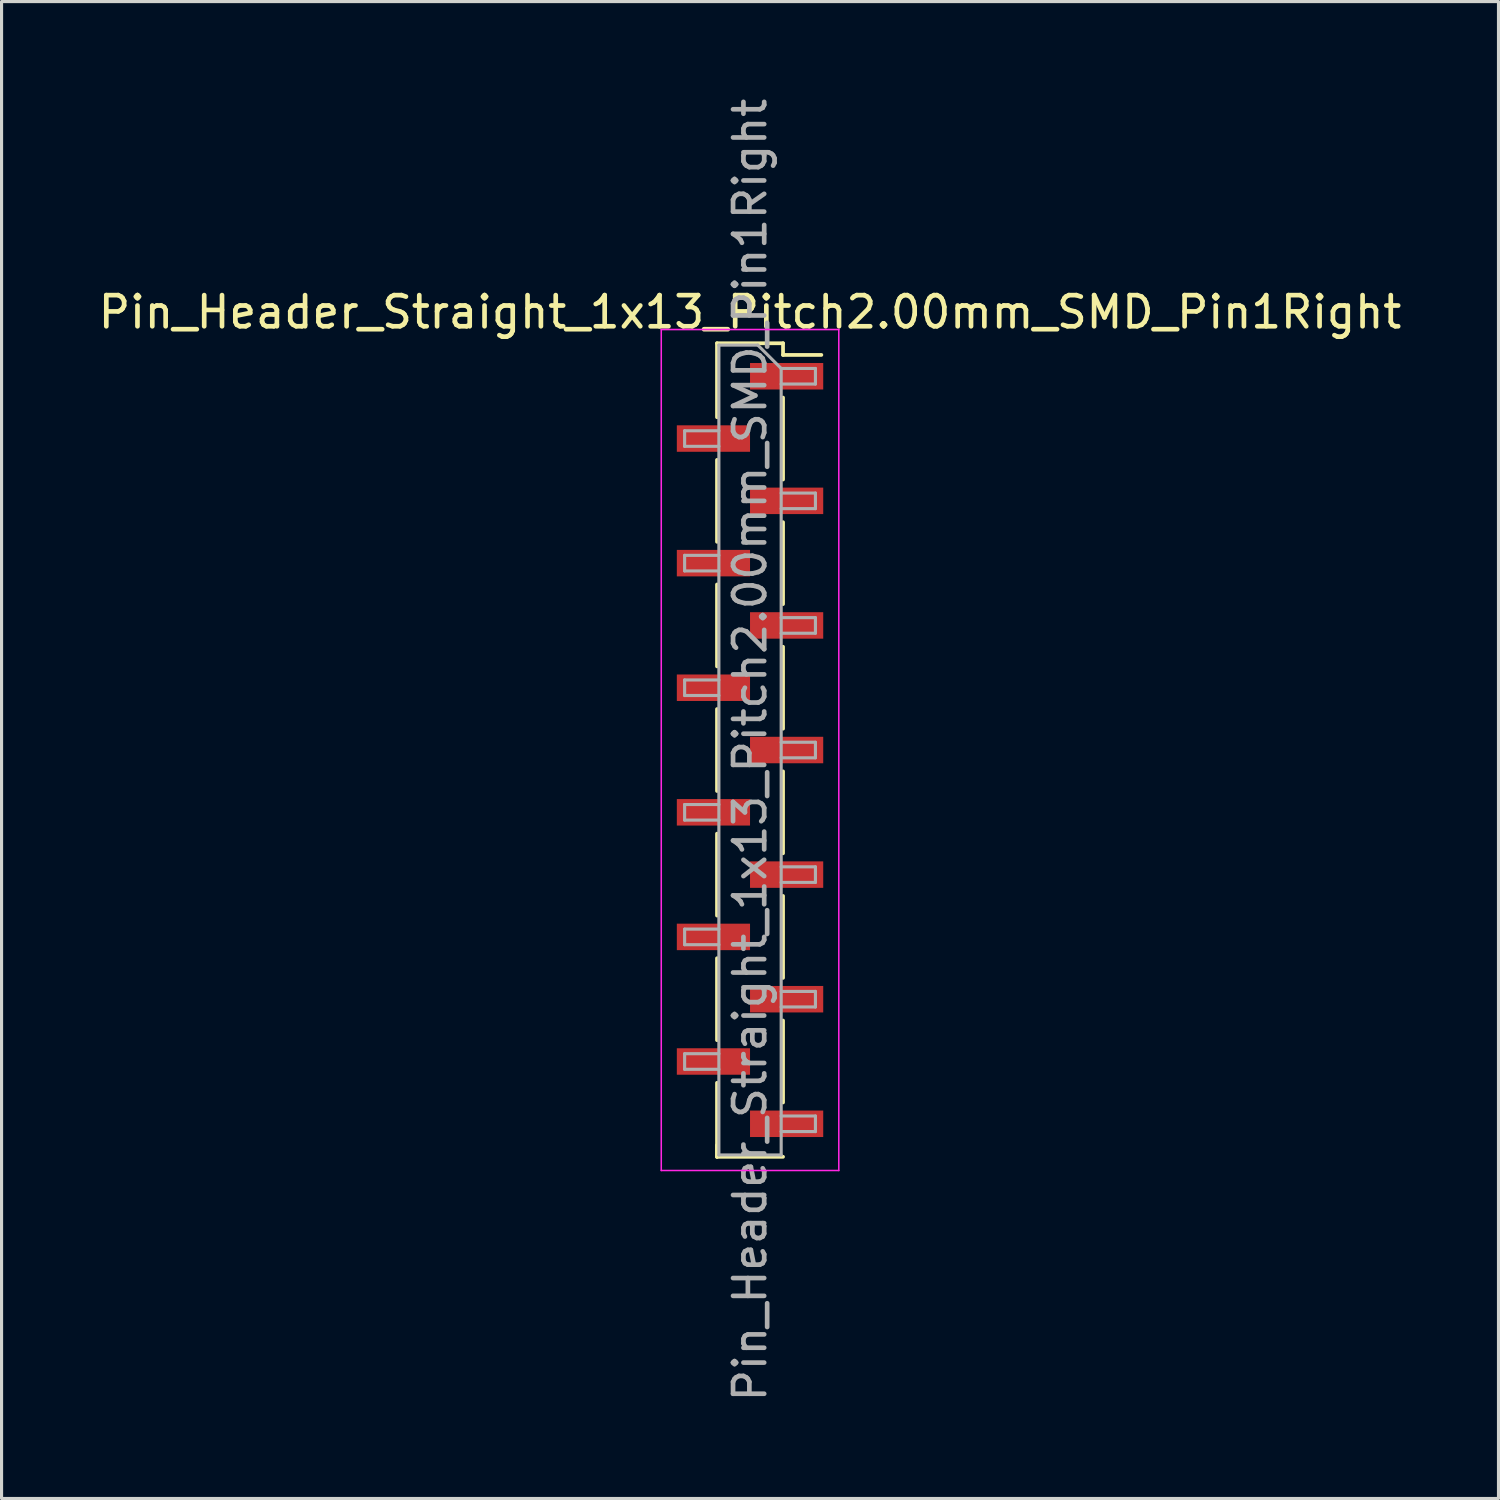
<source format=kicad_pcb>
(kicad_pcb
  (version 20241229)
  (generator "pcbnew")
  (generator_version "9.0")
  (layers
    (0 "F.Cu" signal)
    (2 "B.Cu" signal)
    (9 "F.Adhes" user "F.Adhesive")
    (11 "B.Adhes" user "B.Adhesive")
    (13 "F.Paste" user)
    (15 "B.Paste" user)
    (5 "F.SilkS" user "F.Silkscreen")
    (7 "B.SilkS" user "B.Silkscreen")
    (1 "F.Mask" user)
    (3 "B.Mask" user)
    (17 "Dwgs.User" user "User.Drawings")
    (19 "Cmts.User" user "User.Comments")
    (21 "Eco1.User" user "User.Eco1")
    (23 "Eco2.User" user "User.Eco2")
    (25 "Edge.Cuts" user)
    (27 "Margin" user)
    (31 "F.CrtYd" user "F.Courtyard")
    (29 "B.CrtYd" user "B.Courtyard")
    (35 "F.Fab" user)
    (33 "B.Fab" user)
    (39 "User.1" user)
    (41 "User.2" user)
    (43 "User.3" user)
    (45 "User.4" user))
  (footprint "Pin_Header_Straight_1x13_Pitch2.00mm_SMD_Pin1Right"
    (layer "F.Cu")
    (at 21.03 21.03)
    (property "Reference" "Pin_Header_Straight_1x13_Pitch2.00mm_SMD_Pin1Right" (at 0 -14.06 0) (layer "F.SilkS") (effects (font (size 1 1) (thickness 0.15))))
    (attr smd)
    (fp_line (start -1.06 -13.06) (end -1.06 -10.685) (stroke (width 0.12) (type solid)) (layer "F.SilkS"))
    (fp_line (start -1.06 -13.06) (end 1.06 -13.06) (stroke (width 0.12) (type solid)) (layer "F.SilkS"))
    (fp_line (start -1.06 -9.315) (end -1.06 -6.685) (stroke (width 0.12) (type solid)) (layer "F.SilkS"))
    (fp_line (start -1.06 -5.315) (end -1.06 -2.685) (stroke (width 0.12) (type solid)) (layer "F.SilkS"))
    (fp_line (start -1.06 -1.315) (end -1.06 1.315) (stroke (width 0.12) (type solid)) (layer "F.SilkS"))
    (fp_line (start -1.06 2.685) (end -1.06 5.315) (stroke (width 0.12) (type solid)) (layer "F.SilkS"))
    (fp_line (start -1.06 6.685) (end -1.06 9.315) (stroke (width 0.12) (type solid)) (layer "F.SilkS"))
    (fp_line (start -1.06 10.685) (end -1.06 13.06) (stroke (width 0.12) (type solid)) (layer "F.SilkS"))
    (fp_line (start -1.06 12.685) (end -1.06 13.06) (stroke (width 0.12) (type solid)) (layer "F.SilkS"))
    (fp_line (start -1.06 13.06) (end 1.06 13.06) (stroke (width 0.12) (type solid)) (layer "F.SilkS"))
    (fp_line (start 1.06 -13.06) (end 1.06 -12.685) (stroke (width 0.12) (type solid)) (layer "F.SilkS"))
    (fp_line (start 1.06 -12.685) (end 2.29 -12.685) (stroke (width 0.12) (type solid)) (layer "F.SilkS"))
    (fp_line (start 1.06 -11.315) (end 1.06 -8.685) (stroke (width 0.12) (type solid)) (layer "F.SilkS"))
    (fp_line (start 1.06 -7.315) (end 1.06 -4.685) (stroke (width 0.12) (type solid)) (layer "F.SilkS"))
    (fp_line (start 1.06 -3.315) (end 1.06 -0.685) (stroke (width 0.12) (type solid)) (layer "F.SilkS"))
    (fp_line (start 1.06 0.685) (end 1.06 3.315) (stroke (width 0.12) (type solid)) (layer "F.SilkS"))
    (fp_line (start 1.06 4.685) (end 1.06 7.315) (stroke (width 0.12) (type solid)) (layer "F.SilkS"))
    (fp_line (start 1.06 8.685) (end 1.06 11.315) (stroke (width 0.12) (type solid)) (layer "F.SilkS"))
    (fp_line (start -2.85 -13.5) (end -2.85 13.5) (stroke (width 0.05) (type solid)) (layer "F.CrtYd"))
    (fp_line (start -2.85 13.5) (end 2.85 13.5) (stroke (width 0.05) (type solid)) (layer "F.CrtYd"))
    (fp_line (start 2.85 -13.5) (end -2.85 -13.5) (stroke (width 0.05) (type solid)) (layer "F.CrtYd"))
    (fp_line (start 2.85 13.5) (end 2.85 -13.5) (stroke (width 0.05) (type solid)) (layer "F.CrtYd"))
    (fp_line (start -2.1 -10.25) (end -2.1 -9.75) (stroke (width 0.1) (type solid)) (layer "F.Fab"))
    (fp_line (start -2.1 -9.75) (end -1 -9.75) (stroke (width 0.1) (type solid)) (layer "F.Fab"))
    (fp_line (start -2.1 -6.25) (end -2.1 -5.75) (stroke (width 0.1) (type solid)) (layer "F.Fab"))
    (fp_line (start -2.1 -5.75) (end -1 -5.75) (stroke (width 0.1) (type solid)) (layer "F.Fab"))
    (fp_line (start -2.1 -2.25) (end -2.1 -1.75) (stroke (width 0.1) (type solid)) (layer "F.Fab"))
    (fp_line (start -2.1 -1.75) (end -1 -1.75) (stroke (width 0.1) (type solid)) (layer "F.Fab"))
    (fp_line (start -2.1 1.75) (end -2.1 2.25) (stroke (width 0.1) (type solid)) (layer "F.Fab"))
    (fp_line (start -2.1 2.25) (end -1 2.25) (stroke (width 0.1) (type solid)) (layer "F.Fab"))
    (fp_line (start -2.1 5.75) (end -2.1 6.25) (stroke (width 0.1) (type solid)) (layer "F.Fab"))
    (fp_line (start -2.1 6.25) (end -1 6.25) (stroke (width 0.1) (type solid)) (layer "F.Fab"))
    (fp_line (start -2.1 9.75) (end -2.1 10.25) (stroke (width 0.1) (type solid)) (layer "F.Fab"))
    (fp_line (start -2.1 10.25) (end -1 10.25) (stroke (width 0.1) (type solid)) (layer "F.Fab"))
    (fp_line (start -1 -13) (end -1 13) (stroke (width 0.1) (type solid)) (layer "F.Fab"))
    (fp_line (start -1 -13) (end 0.25 -13) (stroke (width 0.1) (type solid)) (layer "F.Fab"))
    (fp_line (start -1 -10.25) (end -2.1 -10.25) (stroke (width 0.1) (type solid)) (layer "F.Fab"))
    (fp_line (start -1 -6.25) (end -2.1 -6.25) (stroke (width 0.1) (type solid)) (layer "F.Fab"))
    (fp_line (start -1 -2.25) (end -2.1 -2.25) (stroke (width 0.1) (type solid)) (layer "F.Fab"))
    (fp_line (start -1 1.75) (end -2.1 1.75) (stroke (width 0.1) (type solid)) (layer "F.Fab"))
    (fp_line (start -1 5.75) (end -2.1 5.75) (stroke (width 0.1) (type solid)) (layer "F.Fab"))
    (fp_line (start -1 9.75) (end -2.1 9.75) (stroke (width 0.1) (type solid)) (layer "F.Fab"))
    (fp_line (start 1 -12.25) (end 0.25 -13) (stroke (width 0.1) (type solid)) (layer "F.Fab"))
    (fp_line (start 1 -12.25) (end 2.1 -12.25) (stroke (width 0.1) (type solid)) (layer "F.Fab"))
    (fp_line (start 1 -8.25) (end 2.1 -8.25) (stroke (width 0.1) (type solid)) (layer "F.Fab"))
    (fp_line (start 1 -4.25) (end 2.1 -4.25) (stroke (width 0.1) (type solid)) (layer "F.Fab"))
    (fp_line (start 1 -0.25) (end 2.1 -0.25) (stroke (width 0.1) (type solid)) (layer "F.Fab"))
    (fp_line (start 1 3.75) (end 2.1 3.75) (stroke (width 0.1) (type solid)) (layer "F.Fab"))
    (fp_line (start 1 7.75) (end 2.1 7.75) (stroke (width 0.1) (type solid)) (layer "F.Fab"))
    (fp_line (start 1 11.75) (end 2.1 11.75) (stroke (width 0.1) (type solid)) (layer "F.Fab"))
    (fp_line (start 1 13) (end -1 13) (stroke (width 0.1) (type solid)) (layer "F.Fab"))
    (fp_line (start 1 13) (end 1 -12.25) (stroke (width 0.1) (type solid)) (layer "F.Fab"))
    (fp_line (start 2.1 -12.25) (end 2.1 -11.75) (stroke (width 0.1) (type solid)) (layer "F.Fab"))
    (fp_line (start 2.1 -11.75) (end 1 -11.75) (stroke (width 0.1) (type solid)) (layer "F.Fab"))
    (fp_line (start 2.1 -8.25) (end 2.1 -7.75) (stroke (width 0.1) (type solid)) (layer "F.Fab"))
    (fp_line (start 2.1 -7.75) (end 1 -7.75) (stroke (width 0.1) (type solid)) (layer "F.Fab"))
    (fp_line (start 2.1 -4.25) (end 2.1 -3.75) (stroke (width 0.1) (type solid)) (layer "F.Fab"))
    (fp_line (start 2.1 -3.75) (end 1 -3.75) (stroke (width 0.1) (type solid)) (layer "F.Fab"))
    (fp_line (start 2.1 -0.25) (end 2.1 0.25) (stroke (width 0.1) (type solid)) (layer "F.Fab"))
    (fp_line (start 2.1 0.25) (end 1 0.25) (stroke (width 0.1) (type solid)) (layer "F.Fab"))
    (fp_line (start 2.1 3.75) (end 2.1 4.25) (stroke (width 0.1) (type solid)) (layer "F.Fab"))
    (fp_line (start 2.1 4.25) (end 1 4.25) (stroke (width 0.1) (type solid)) (layer "F.Fab"))
    (fp_line (start 2.1 7.75) (end 2.1 8.25) (stroke (width 0.1) (type solid)) (layer "F.Fab"))
    (fp_line (start 2.1 8.25) (end 1 8.25) (stroke (width 0.1) (type solid)) (layer "F.Fab"))
    (fp_line (start 2.1 11.75) (end 2.1 12.25) (stroke (width 0.1) (type solid)) (layer "F.Fab"))
    (fp_line (start 2.1 12.25) (end 1 12.25) (stroke (width 0.1) (type solid)) (layer "F.Fab"))
    (fp_text user "${REFERENCE}" (at 0 0 90) (layer "F.Fab") (effects (font (size 1 1) (thickness 0.15))))
    (pad "1" smd rect (at 1.175 -12) (size 2.35 0.85) (layers "F.Cu" "F.Mask" "F.Paste"))
    (pad "2" smd rect (at -1.175 -10) (size 2.35 0.85) (layers "F.Cu" "F.Mask" "F.Paste"))
    (pad "3" smd rect (at 1.175 -8) (size 2.35 0.85) (layers "F.Cu" "F.Mask" "F.Paste"))
    (pad "4" smd rect (at -1.175 -6) (size 2.35 0.85) (layers "F.Cu" "F.Mask" "F.Paste"))
    (pad "5" smd rect (at 1.175 -4) (size 2.35 0.85) (layers "F.Cu" "F.Mask" "F.Paste"))
    (pad "6" smd rect (at -1.175 -2) (size 2.35 0.85) (layers "F.Cu" "F.Mask" "F.Paste"))
    (pad "7" smd rect (at 1.175 0) (size 2.35 0.85) (layers "F.Cu" "F.Mask" "F.Paste"))
    (pad "8" smd rect (at -1.175 2) (size 2.35 0.85) (layers "F.Cu" "F.Mask" "F.Paste"))
    (pad "9" smd rect (at 1.175 4) (size 2.35 0.85) (layers "F.Cu" "F.Mask" "F.Paste"))
    (pad "10" smd rect (at -1.175 6) (size 2.35 0.85) (layers "F.Cu" "F.Mask" "F.Paste"))
    (pad "11" smd rect (at 1.175 8) (size 2.35 0.85) (layers "F.Cu" "F.Mask" "F.Paste"))
    (pad "12" smd rect (at -1.175 10) (size 2.35 0.85) (layers "F.Cu" "F.Mask" "F.Paste"))
    (pad "13" smd rect (at 1.175 12) (size 2.35 0.85) (layers "F.Cu" "F.Mask" "F.Paste")))
  (gr_rect
    (start -3 -3)
    (end 45.06 45.06)
    (stroke (width 0.1) (type default))
    (fill no)
    (layer "Edge.Cuts")))
</source>
